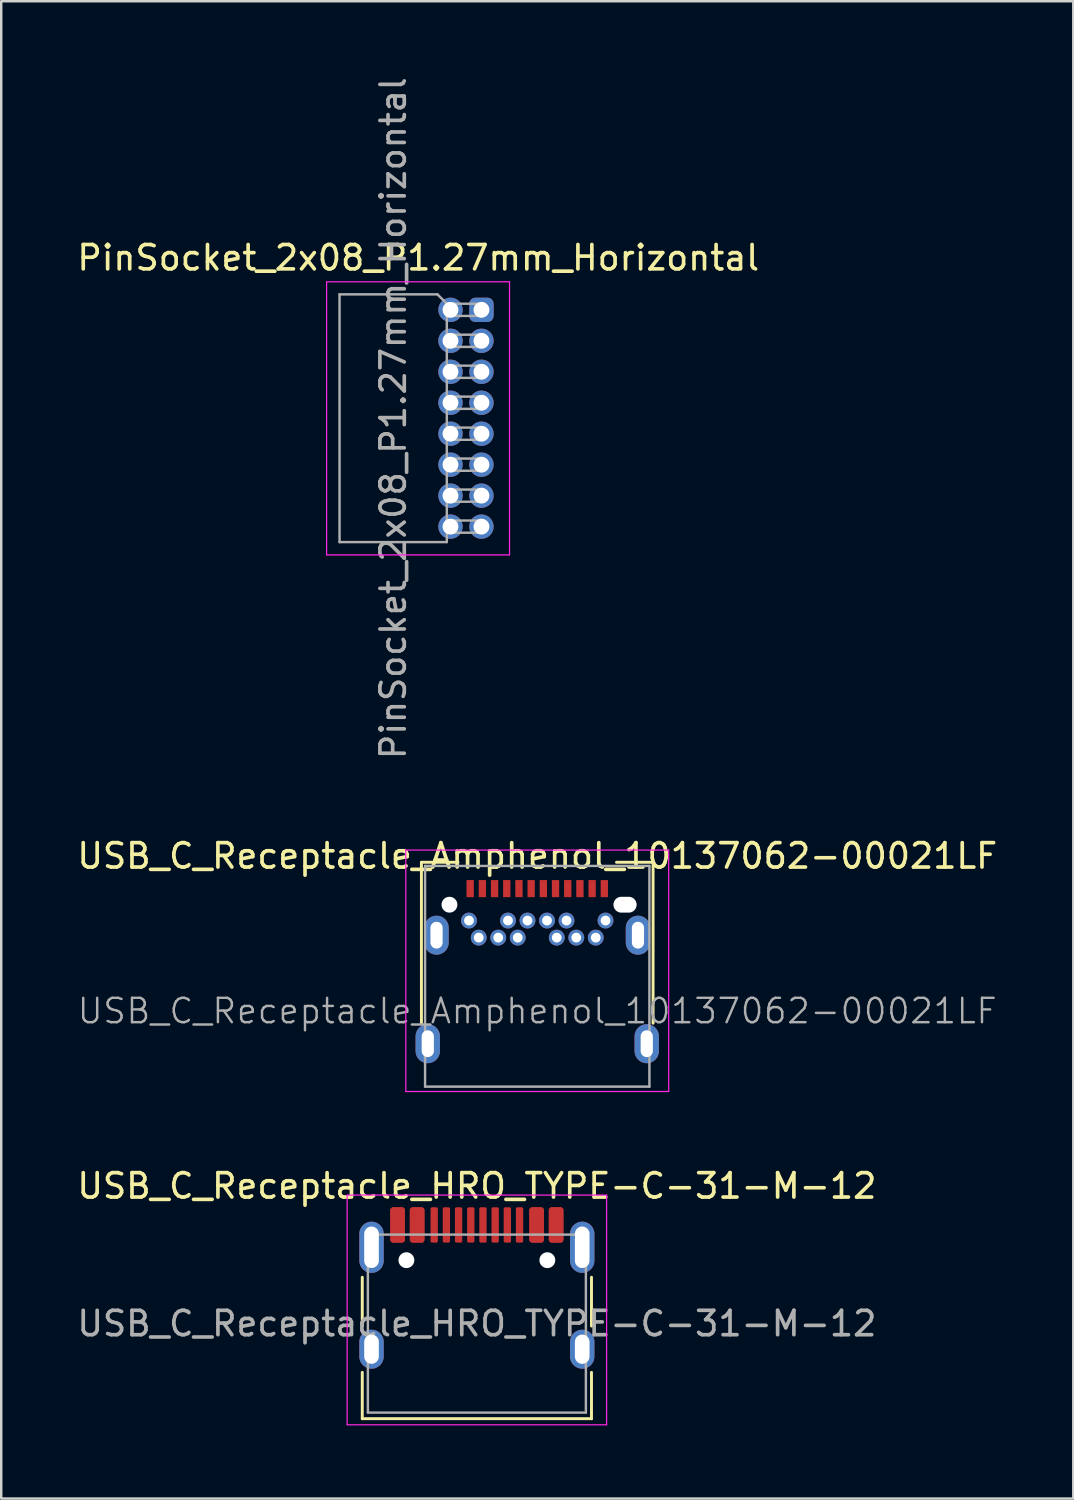
<source format=kicad_pcb>
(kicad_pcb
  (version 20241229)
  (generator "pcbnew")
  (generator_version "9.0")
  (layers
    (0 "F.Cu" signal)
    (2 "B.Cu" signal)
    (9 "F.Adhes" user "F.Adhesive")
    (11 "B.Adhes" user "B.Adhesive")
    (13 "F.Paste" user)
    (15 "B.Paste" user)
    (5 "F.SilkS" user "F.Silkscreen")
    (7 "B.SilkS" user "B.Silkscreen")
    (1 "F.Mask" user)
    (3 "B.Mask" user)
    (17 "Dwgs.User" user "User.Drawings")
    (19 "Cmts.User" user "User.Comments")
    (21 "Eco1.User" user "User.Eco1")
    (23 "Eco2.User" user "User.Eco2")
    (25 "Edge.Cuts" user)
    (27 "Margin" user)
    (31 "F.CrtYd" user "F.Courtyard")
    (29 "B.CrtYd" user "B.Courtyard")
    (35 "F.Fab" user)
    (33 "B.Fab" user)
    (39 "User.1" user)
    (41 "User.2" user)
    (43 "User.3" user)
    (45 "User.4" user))
  (footprint "PinSocket_2x08_P1.27mm_Horizontal"
    (layer "F.Cu")
    (at 16.694 9.656)
    (property "Reference" "PinSocket_2x08_P1.27mm_Horizontal" (at -2.592 -2.135 0) (layer "F.SilkS") (effects (font (size 1 1) (thickness 0.15))))
    (attr through_hole)
    (fp_line (start -6.35 -1.15) (end -6.35 10.05) (stroke (width 0.05) (type solid)) (layer "F.CrtYd"))
    (fp_line (start -6.35 10.05) (end 1.15 10.05) (stroke (width 0.05) (type solid)) (layer "F.CrtYd"))
    (fp_line (start 1.15 -1.15) (end -6.35 -1.15) (stroke (width 0.05) (type solid)) (layer "F.CrtYd"))
    (fp_line (start 1.15 10.05) (end 1.15 -1.15) (stroke (width 0.05) (type solid)) (layer "F.CrtYd"))
    (fp_line (start -5.82 -0.635) (end -1.805 -0.635) (stroke (width 0.1) (type solid)) (layer "F.Fab"))
    (fp_line (start -5.82 9.525) (end -5.82 -0.635) (stroke (width 0.1) (type solid)) (layer "F.Fab"))
    (fp_line (start -1.805 -0.635) (end -1.42 -0.25) (stroke (width 0.1) (type solid)) (layer "F.Fab"))
    (fp_line (start -1.42 -0.25) (end -1.42 9.525) (stroke (width 0.1) (type solid)) (layer "F.Fab"))
    (fp_line (start -1.42 0.25) (end 0 0.25) (stroke (width 0.1) (type solid)) (layer "F.Fab"))
    (fp_line (start -1.42 1.52) (end 0 1.52) (stroke (width 0.1) (type solid)) (layer "F.Fab"))
    (fp_line (start -1.42 2.79) (end 0 2.79) (stroke (width 0.1) (type solid)) (layer "F.Fab"))
    (fp_line (start -1.42 4.06) (end 0 4.06) (stroke (width 0.1) (type solid)) (layer "F.Fab"))
    (fp_line (start -1.42 5.33) (end 0 5.33) (stroke (width 0.1) (type solid)) (layer "F.Fab"))
    (fp_line (start -1.42 6.6) (end 0 6.6) (stroke (width 0.1) (type solid)) (layer "F.Fab"))
    (fp_line (start -1.42 7.87) (end 0 7.87) (stroke (width 0.1) (type solid)) (layer "F.Fab"))
    (fp_line (start -1.42 9.14) (end 0 9.14) (stroke (width 0.1) (type solid)) (layer "F.Fab"))
    (fp_line (start -1.42 9.525) (end -5.82 9.525) (stroke (width 0.1) (type solid)) (layer "F.Fab"))
    (fp_line (start 0 -0.25) (end -1.42 -0.25) (stroke (width 0.1) (type solid)) (layer "F.Fab"))
    (fp_line (start 0 0.25) (end 0 -0.25) (stroke (width 0.1) (type solid)) (layer "F.Fab"))
    (fp_line (start 0 1.02) (end -1.42 1.02) (stroke (width 0.1) (type solid)) (layer "F.Fab"))
    (fp_line (start 0 1.52) (end 0 1.02) (stroke (width 0.1) (type solid)) (layer "F.Fab"))
    (fp_line (start 0 2.29) (end -1.42 2.29) (stroke (width 0.1) (type solid)) (layer "F.Fab"))
    (fp_line (start 0 2.79) (end 0 2.29) (stroke (width 0.1) (type solid)) (layer "F.Fab"))
    (fp_line (start 0 3.56) (end -1.42 3.56) (stroke (width 0.1) (type solid)) (layer "F.Fab"))
    (fp_line (start 0 4.06) (end 0 3.56) (stroke (width 0.1) (type solid)) (layer "F.Fab"))
    (fp_line (start 0 4.83) (end -1.42 4.83) (stroke (width 0.1) (type solid)) (layer "F.Fab"))
    (fp_line (start 0 5.33) (end 0 4.83) (stroke (width 0.1) (type solid)) (layer "F.Fab"))
    (fp_line (start 0 6.1) (end -1.42 6.1) (stroke (width 0.1) (type solid)) (layer "F.Fab"))
    (fp_line (start 0 6.6) (end 0 6.1) (stroke (width 0.1) (type solid)) (layer "F.Fab"))
    (fp_line (start 0 7.37) (end -1.42 7.37) (stroke (width 0.1) (type solid)) (layer "F.Fab"))
    (fp_line (start 0 7.87) (end 0 7.37) (stroke (width 0.1) (type solid)) (layer "F.Fab"))
    (fp_line (start 0 8.64) (end -1.42 8.64) (stroke (width 0.1) (type solid)) (layer "F.Fab"))
    (fp_line (start 0 9.14) (end 0 8.64) (stroke (width 0.1) (type solid)) (layer "F.Fab"))
    (fp_text user "${REFERENCE}" (at -3.62 4.445 90) (layer "F.Fab") (effects (font (size 1 1) (thickness 0.15))))
    (pad "1" thru_hole roundrect (at 0 0) (size 1 1) (drill 0.65) (layers "*.Cu" "*.Mask") (roundrect_rratio 0.25))
    (pad "2" thru_hole oval (at -1.27 0) (size 1 1) (drill 0.65) (layers "*.Cu" "*.Mask"))
    (pad "3" thru_hole oval (at 0 1.27) (size 1 1) (drill 0.65) (layers "*.Cu" "*.Mask"))
    (pad "4" thru_hole oval (at -1.27 1.27) (size 1 1) (drill 0.65) (layers "*.Cu" "*.Mask"))
    (pad "5" thru_hole oval (at 0 2.54) (size 1 1) (drill 0.65) (layers "*.Cu" "*.Mask"))
    (pad "6" thru_hole oval (at -1.27 2.54) (size 1 1) (drill 0.65) (layers "*.Cu" "*.Mask"))
    (pad "7" thru_hole oval (at 0 3.81) (size 1 1) (drill 0.65) (layers "*.Cu" "*.Mask"))
    (pad "8" thru_hole oval (at -1.27 3.81) (size 1 1) (drill 0.65) (layers "*.Cu" "*.Mask"))
    (pad "9" thru_hole oval (at 0 5.08) (size 1 1) (drill 0.65) (layers "*.Cu" "*.Mask"))
    (pad "10" thru_hole oval (at -1.27 5.08) (size 1 1) (drill 0.65) (layers "*.Cu" "*.Mask"))
    (pad "11" thru_hole oval (at 0 6.35) (size 1 1) (drill 0.65) (layers "*.Cu" "*.Mask"))
    (pad "12" thru_hole oval (at -1.27 6.35) (size 1 1) (drill 0.65) (layers "*.Cu" "*.Mask"))
    (pad "13" thru_hole oval (at 0 7.62) (size 1 1) (drill 0.65) (layers "*.Cu" "*.Mask"))
    (pad "14" thru_hole oval (at -1.27 7.62) (size 1 1) (drill 0.65) (layers "*.Cu" "*.Mask"))
    (pad "15" thru_hole oval (at 0 8.89) (size 1 1) (drill 0.65) (layers "*.Cu" "*.Mask"))
    (pad "16" thru_hole oval (at -1.27 8.89) (size 1 1) (drill 0.65) (layers "*.Cu" "*.Mask")))
  (footprint "USB_C_Receptacle_HRO_TYPE-C-31-M-12"
    (layer "F.Cu")
    (at 16.506 51.229)
    (property "Reference" "USB_C_Receptacle_HRO_TYPE-C-31-M-12" (at 0 -5.645 0) (layer "F.SilkS") (effects (font (size 1 1) (thickness 0.15))))
    (attr smd)
    (fp_line (start -4.7 -1.9) (end -4.7 0.1) (stroke (width 0.12) (type solid)) (layer "F.SilkS"))
    (fp_line (start -4.7 2) (end -4.7 3.9) (stroke (width 0.12) (type solid)) (layer "F.SilkS"))
    (fp_line (start -4.7 3.9) (end 4.7 3.9) (stroke (width 0.12) (type solid)) (layer "F.SilkS"))
    (fp_line (start 4.7 -1.9) (end 4.7 0.1) (stroke (width 0.12) (type solid)) (layer "F.SilkS"))
    (fp_line (start 4.7 2) (end 4.7 3.9) (stroke (width 0.12) (type solid)) (layer "F.SilkS"))
    (fp_line (start -5.32 -5.27) (end -5.32 4.15) (stroke (width 0.05) (type solid)) (layer "F.CrtYd"))
    (fp_line (start -5.32 -5.27) (end 5.32 -5.27) (stroke (width 0.05) (type solid)) (layer "F.CrtYd"))
    (fp_line (start -5.32 4.15) (end 5.32 4.15) (stroke (width 0.05) (type solid)) (layer "F.CrtYd"))
    (fp_line (start 5.32 -5.27) (end 5.32 4.15) (stroke (width 0.05) (type solid)) (layer "F.CrtYd"))
    (fp_line (start -4.47 -3.65) (end -4.47 3.65) (stroke (width 0.1) (type solid)) (layer "F.Fab"))
    (fp_line (start -4.47 -3.65) (end 4.47 -3.65) (stroke (width 0.1) (type solid)) (layer "F.Fab"))
    (fp_line (start -4.47 3.65) (end 4.47 3.65) (stroke (width 0.1) (type solid)) (layer "F.Fab"))
    (fp_line (start 4.47 -3.65) (end 4.47 3.65) (stroke (width 0.1) (type solid)) (layer "F.Fab"))
    (fp_text user "${REFERENCE}" (at 0 0 0) (layer "F.Fab") (effects (font (size 1 1) (thickness 0.15))))
    (pad "" np_thru_hole circle (at -2.89 -2.6) (size 0.65 0.65) (drill 0.65) (layers "*.Cu" "*.Mask"))
    (pad "" np_thru_hole circle (at 2.89 -2.6) (size 0.65 0.65) (drill 0.65) (layers "*.Cu" "*.Mask"))
    (pad "A1" smd roundrect (at -3.25 -4.045) (size 0.6 1.45) (layers "F.Cu" "F.Mask" "F.Paste") (roundrect_rratio 0.2))
    (pad "A4" smd roundrect (at -2.45 -4.045) (size 0.6 1.45) (layers "F.Cu" "F.Mask" "F.Paste") (roundrect_rratio 0.2))
    (pad "A5" smd roundrect (at -1.25 -4.045) (size 0.3 1.45) (layers "F.Cu" "F.Mask" "F.Paste") (roundrect_rratio 0.2))
    (pad "A6" smd roundrect (at -0.25 -4.045) (size 0.3 1.45) (layers "F.Cu" "F.Mask" "F.Paste") (roundrect_rratio 0.2))
    (pad "A7" smd roundrect (at 0.25 -4.045) (size 0.3 1.45) (layers "F.Cu" "F.Mask" "F.Paste") (roundrect_rratio 0.2))
    (pad "A8" smd roundrect (at 1.25 -4.045) (size 0.3 1.45) (layers "F.Cu" "F.Mask" "F.Paste") (roundrect_rratio 0.2))
    (pad "A9" smd roundrect (at 2.45 -4.045) (size 0.6 1.45) (layers "F.Cu" "F.Mask" "F.Paste") (roundrect_rratio 0.2))
    (pad "A12" smd roundrect (at 3.25 -4.045) (size 0.6 1.45) (layers "F.Cu" "F.Mask" "F.Paste") (roundrect_rratio 0.2))
    (pad "B1" smd roundrect (at 3.25 -4.045) (size 0.6 1.45) (layers "F.Cu" "F.Mask" "F.Paste") (roundrect_rratio 0.2))
    (pad "B4" smd roundrect (at 2.45 -4.045) (size 0.6 1.45) (layers "F.Cu" "F.Mask" "F.Paste") (roundrect_rratio 0.2))
    (pad "B5" smd roundrect (at 1.75 -4.045) (size 0.3 1.45) (layers "F.Cu" "F.Mask" "F.Paste") (roundrect_rratio 0.2))
    (pad "B6" smd roundrect (at 0.75 -4.045) (size 0.3 1.45) (layers "F.Cu" "F.Mask" "F.Paste") (roundrect_rratio 0.2))
    (pad "B7" smd roundrect (at -0.75 -4.045) (size 0.3 1.45) (layers "F.Cu" "F.Mask" "F.Paste") (roundrect_rratio 0.2))
    (pad "B8" smd roundrect (at -1.75 -4.045) (size 0.3 1.45) (layers "F.Cu" "F.Mask" "F.Paste") (roundrect_rratio 0.2))
    (pad "B9" smd roundrect (at -2.45 -4.045) (size 0.6 1.45) (layers "F.Cu" "F.Mask" "F.Paste") (roundrect_rratio 0.2))
    (pad "B12" smd roundrect (at -3.25 -4.045) (size 0.6 1.45) (layers "F.Cu" "F.Mask" "F.Paste") (roundrect_rratio 0.2))
    (pad "S1" thru_hole oval (at -4.32 -3.13) (size 1 2.1) (drill oval 0.6 1.7) (layers "*.Cu" "*.Mask" "F.Paste"))
    (pad "S1" thru_hole oval (at -4.32 1.05) (size 1 1.6) (drill oval 0.6 1.2) (layers "*.Cu" "*.Mask" "F.Paste"))
    (pad "S1" thru_hole oval (at 4.32 -3.13) (size 1 2.1) (drill oval 0.6 1.7) (layers "*.Cu" "*.Mask" "F.Paste"))
    (pad "S1" thru_hole oval (at 4.32 1.05) (size 1 1.6) (drill oval 0.6 1.2) (layers "*.Cu" "*.Mask" "F.Paste")))
  (footprint "USB_C_Receptacle_Amphenol_10137062-00021LF"
    (layer "F.Cu")
    (at 18.982 38.411)
    (property "Reference" "USB_C_Receptacle_Amphenol_10137062-00021LF" (at 0 -6.36 0) (layer "F.SilkS") (effects (font (size 1 1) (thickness 0.15))))
    (attr smd)
    (fp_line (start -4.75 -6.1) (end -4.75 0.5) (stroke (width 0.12) (type solid)) (layer "F.SilkS"))
    (fp_line (start -4.75 -6.1) (end -3.25 -6.1) (stroke (width 0.12) (type solid)) (layer "F.SilkS"))
    (fp_line (start 3.25 -6.1) (end 4.75 -6.1) (stroke (width 0.12) (type solid)) (layer "F.SilkS"))
    (fp_line (start 4.75 -6.1) (end 4.75 0.5) (stroke (width 0.12) (type solid)) (layer "F.SilkS"))
    (fp_line (start -5.39 -6.6) (end 5.39 -6.6) (stroke (width 0.05) (type solid)) (layer "F.CrtYd"))
    (fp_line (start -5.39 3.3) (end -5.39 -6.6) (stroke (width 0.05) (type solid)) (layer "F.CrtYd"))
    (fp_line (start 5.39 -6.6) (end 5.39 3.3) (stroke (width 0.05) (type solid)) (layer "F.CrtYd"))
    (fp_line (start 5.39 3.3) (end -5.39 3.3) (stroke (width 0.05) (type solid)) (layer "F.CrtYd"))
    (fp_line (start -4.6 -5.95) (end 4.6 -5.95) (stroke (width 0.1) (type solid)) (layer "F.Fab"))
    (fp_line (start -4.6 3.1) (end -4.6 -5.95) (stroke (width 0.1) (type solid)) (layer "F.Fab"))
    (fp_line (start -4.6 3.1) (end 4.6 3.1) (stroke (width 0.1) (type solid)) (layer "F.Fab"))
    (fp_line (start 4.6 3.1) (end 4.6 -5.95) (stroke (width 0.1) (type solid)) (layer "F.Fab"))
    (fp_text user "${REFERENCE}" (at 0 0 0) (layer "F.Fab") (effects (font (size 1 1) (thickness 0.1))))
    (pad "" np_thru_hole circle (at -3.6 -4.36) (size 0.65 0.65) (drill 0.65) (layers "*.Cu" "*.Mask"))
    (pad "" np_thru_hole oval (at 3.6 -4.36) (size 0.95 0.65) (drill oval 0.95 0.65) (layers "*.Cu" "*.Mask"))
    (pad "A1" smd rect (at -2.75 -5.02) (size 0.3 0.7) (layers "F.Cu" "F.Mask" "F.Paste"))
    (pad "A2" smd rect (at -2.25 -5.02) (size 0.3 0.7) (layers "F.Cu" "F.Mask" "F.Paste"))
    (pad "A3" smd rect (at -1.75 -5.02) (size 0.3 0.7) (layers "F.Cu" "F.Mask" "F.Paste"))
    (pad "A4" smd rect (at -1.25 -5.02) (size 0.3 0.7) (layers "F.Cu" "F.Mask" "F.Paste"))
    (pad "A5" smd rect (at -0.75 -5.02) (size 0.3 0.7) (layers "F.Cu" "F.Mask" "F.Paste"))
    (pad "A6" smd rect (at -0.25 -5.02) (size 0.3 0.7) (layers "F.Cu" "F.Mask" "F.Paste"))
    (pad "A7" smd rect (at 0.25 -5.02) (size 0.3 0.7) (layers "F.Cu" "F.Mask" "F.Paste"))
    (pad "A8" smd rect (at 0.75 -5.02) (size 0.3 0.7) (layers "F.Cu" "F.Mask" "F.Paste"))
    (pad "A9" smd rect (at 1.25 -5.02) (size 0.3 0.7) (layers "F.Cu" "F.Mask" "F.Paste"))
    (pad "A10" smd rect (at 1.75 -5.02) (size 0.3 0.7) (layers "F.Cu" "F.Mask" "F.Paste"))
    (pad "A11" smd rect (at 2.25 -5.02) (size 0.3 0.7) (layers "F.Cu" "F.Mask" "F.Paste"))
    (pad "A12" smd rect (at 2.75 -5.02) (size 0.3 0.7) (layers "F.Cu" "F.Mask" "F.Paste"))
    (pad "B1" thru_hole circle (at 2.8 -3.71) (size 0.65 0.65) (drill 0.4) (layers "*.Cu" "*.Mask" "F.Paste"))
    (pad "B2" thru_hole circle (at 2.4 -3.01) (size 0.65 0.65) (drill 0.4) (layers "*.Cu" "*.Mask" "F.Paste"))
    (pad "B3" thru_hole circle (at 1.6 -3.01) (size 0.65 0.65) (drill 0.4) (layers "*.Cu" "*.Mask" "F.Paste"))
    (pad "B4" thru_hole circle (at 1.2 -3.71) (size 0.65 0.65) (drill 0.4) (layers "*.Cu" "*.Mask" "F.Paste"))
    (pad "B5" thru_hole circle (at 0.8 -3.01) (size 0.65 0.65) (drill 0.4) (layers "*.Cu" "*.Mask" "F.Paste"))
    (pad "B6" thru_hole circle (at 0.4 -3.71) (size 0.65 0.65) (drill 0.4) (layers "*.Cu" "*.Mask" "F.Paste"))
    (pad "B7" thru_hole circle (at -0.4 -3.71) (size 0.65 0.65) (drill 0.4) (layers "*.Cu" "*.Mask" "F.Paste"))
    (pad "B8" thru_hole circle (at -0.8 -3.01) (size 0.65 0.65) (drill 0.4) (layers "*.Cu" "*.Mask" "F.Paste"))
    (pad "B9" thru_hole circle (at -1.2 -3.71) (size 0.65 0.65) (drill 0.4) (layers "*.Cu" "*.Mask" "F.Paste"))
    (pad "B10" thru_hole circle (at -1.6 -3.01) (size 0.65 0.65) (drill 0.4) (layers "*.Cu" "*.Mask" "F.Paste"))
    (pad "B11" thru_hole circle (at -2.4 -3.01) (size 0.65 0.65) (drill 0.4) (layers "*.Cu" "*.Mask" "F.Paste"))
    (pad "B12" thru_hole circle (at -2.8 -3.71) (size 0.65 0.65) (drill 0.4) (layers "*.Cu" "*.Mask" "F.Paste"))
    (pad "S1" thru_hole oval (at -4.49 1.34) (size 1 1.6) (drill oval 0.5 1.1) (layers "*.Cu" "*.Mask" "F.Paste"))
    (pad "S1" thru_hole oval (at -4.13 -3.11) (size 1 1.6) (drill oval 0.5 1.1) (layers "*.Cu" "*.Mask" "F.Paste"))
    (pad "S1" thru_hole oval (at 4.13 -3.11) (size 1 1.6) (drill oval 0.5 1.1) (layers "*.Cu" "*.Mask" "F.Paste"))
    (pad "S1" thru_hole oval (at 4.49 1.34) (size 1 1.6) (drill oval 0.5 1.1) (layers "*.Cu" "*.Mask" "F.Paste")))
  (gr_rect
    (start -3 -3)
    (end 40.964 58.404)
    (stroke (width 0.1) (type default))
    (fill no)
    (layer "Edge.Cuts")))
</source>
